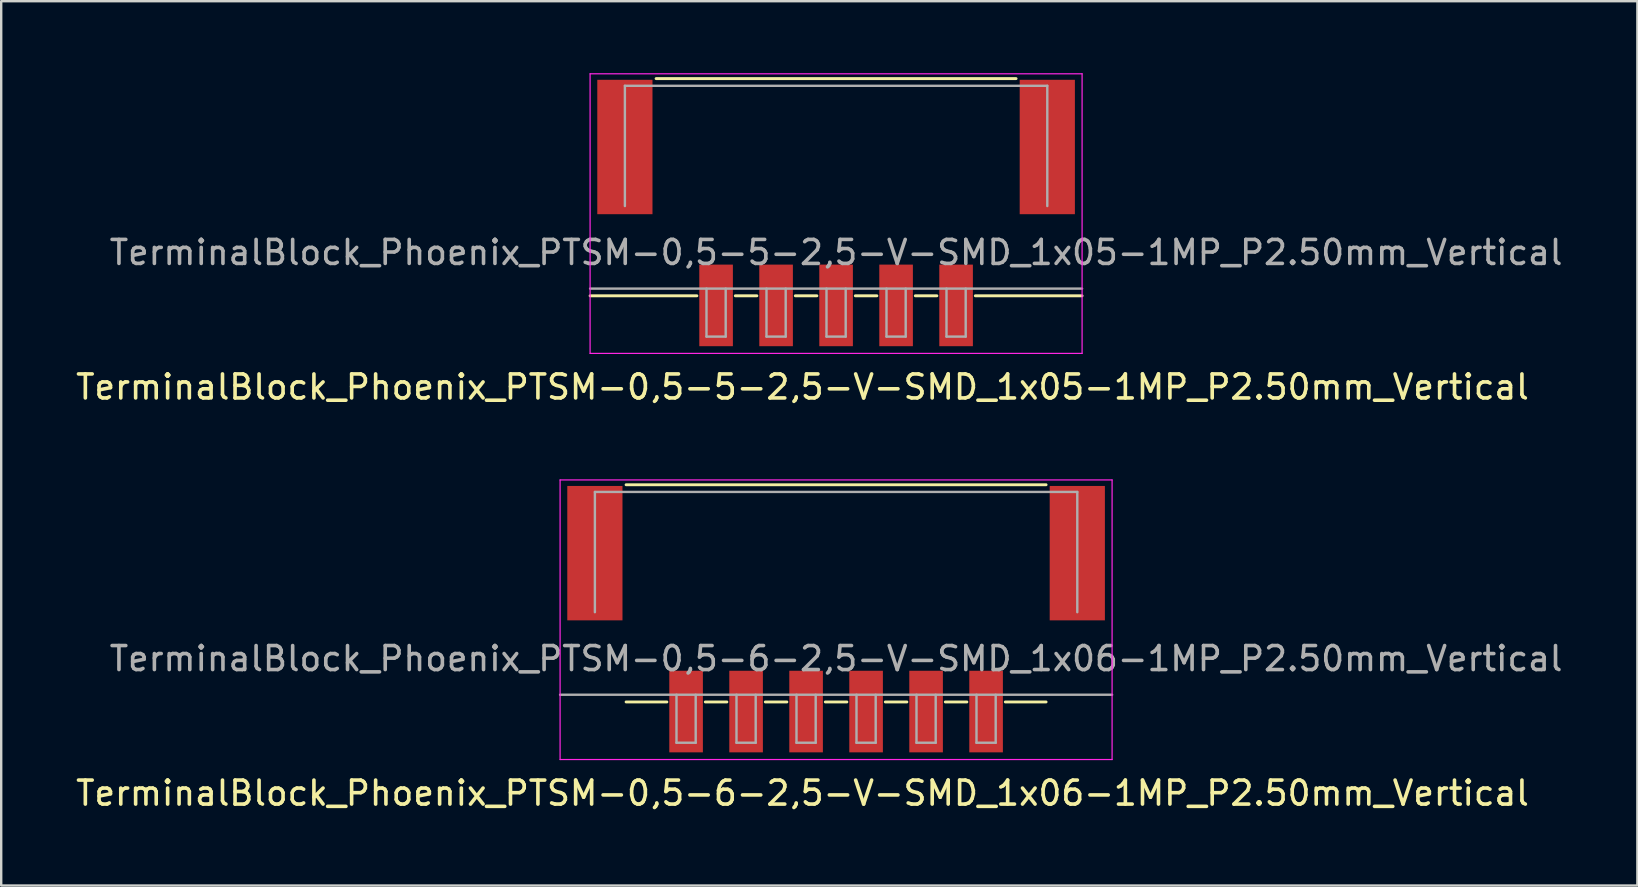
<source format=kicad_pcb>
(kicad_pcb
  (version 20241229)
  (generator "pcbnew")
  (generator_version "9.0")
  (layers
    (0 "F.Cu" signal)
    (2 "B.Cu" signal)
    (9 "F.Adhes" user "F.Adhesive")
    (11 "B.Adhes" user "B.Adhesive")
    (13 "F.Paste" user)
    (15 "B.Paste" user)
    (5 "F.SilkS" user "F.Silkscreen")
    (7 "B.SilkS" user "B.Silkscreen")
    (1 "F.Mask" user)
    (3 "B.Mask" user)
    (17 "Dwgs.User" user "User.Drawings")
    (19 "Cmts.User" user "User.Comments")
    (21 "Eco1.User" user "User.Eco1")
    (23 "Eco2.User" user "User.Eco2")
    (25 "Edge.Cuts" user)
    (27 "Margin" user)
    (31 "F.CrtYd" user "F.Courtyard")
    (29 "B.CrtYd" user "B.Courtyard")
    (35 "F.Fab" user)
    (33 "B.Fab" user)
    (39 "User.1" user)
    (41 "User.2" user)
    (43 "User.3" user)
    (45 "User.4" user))
  (footprint "TerminalBlock_Phoenix_PTSM-0,5-5-2,5-V-SMD_1x05-1MP_P2.50mm_Vertical"
    (layer "F.Cu")
    (at 31.787 4.105)
    (property "Reference" "TerminalBlock_Phoenix_PTSM-0,5-5-2,5-V-SMD_1x05-1MP_P2.50mm_Vertical" (at -1.4 8.97 0) (layer "F.SilkS") (effects (font (size 1 1) (thickness 0.15))))
    (attr smd)
    (fp_line (start -7.5 -3.88) (end 7.5 -3.88) (stroke (width 0.12) (type solid)) (layer "F.SilkS"))
    (fp_line (start -5.8 5.17) (end -10.25 5.17) (stroke (width 0.12) (type solid)) (layer "F.SilkS"))
    (fp_line (start -3.3 5.17) (end -4.2 5.17) (stroke (width 0.12) (type solid)) (layer "F.SilkS"))
    (fp_line (start -0.8 5.17) (end -1.7 5.17) (stroke (width 0.12) (type solid)) (layer "F.SilkS"))
    (fp_line (start 1.7 5.17) (end 0.8 5.17) (stroke (width 0.12) (type solid)) (layer "F.SilkS"))
    (fp_line (start 4.2 5.17) (end 3.3 5.17) (stroke (width 0.12) (type solid)) (layer "F.SilkS"))
    (fp_line (start 10.25 5.17) (end 5.8 5.17) (stroke (width 0.12) (type solid)) (layer "F.SilkS"))
    (fp_line (start -10.25 -4.08) (end 10.25 -4.08) (stroke (width 0.05) (type solid)) (layer "F.CrtYd"))
    (fp_line (start -10.25 7.57) (end -10.25 -4.08) (stroke (width 0.05) (type solid)) (layer "F.CrtYd"))
    (fp_line (start 10.25 -4.08) (end 10.25 7.57) (stroke (width 0.05) (type solid)) (layer "F.CrtYd"))
    (fp_line (start 10.25 7.57) (end -10.25 7.57) (stroke (width 0.05) (type solid)) (layer "F.CrtYd"))
    (fp_line (start -8.8 -3.58) (end 8.8 -3.58) (stroke (width 0.1) (type solid)) (layer "F.Fab"))
    (fp_line (start -8.8 1.43) (end -8.8 -3.58) (stroke (width 0.1) (type solid)) (layer "F.Fab"))
    (fp_line (start -5.4 4.87) (end -5.4 6.87) (stroke (width 0.1) (type solid)) (layer "F.Fab"))
    (fp_line (start -5.4 6.87) (end -4.6 6.87) (stroke (width 0.1) (type solid)) (layer "F.Fab"))
    (fp_line (start -4.6 4.87) (end -4.6 6.87) (stroke (width 0.1) (type solid)) (layer "F.Fab"))
    (fp_line (start -2.9 4.87) (end -2.9 6.87) (stroke (width 0.1) (type solid)) (layer "F.Fab"))
    (fp_line (start -2.9 6.87) (end -2.1 6.87) (stroke (width 0.1) (type solid)) (layer "F.Fab"))
    (fp_line (start -2.1 4.87) (end -2.1 6.87) (stroke (width 0.1) (type solid)) (layer "F.Fab"))
    (fp_line (start -0.4 4.87) (end -0.4 6.87) (stroke (width 0.1) (type solid)) (layer "F.Fab"))
    (fp_line (start -0.4 6.87) (end 0.4 6.87) (stroke (width 0.1) (type solid)) (layer "F.Fab"))
    (fp_line (start 0.4 4.87) (end 0.4 6.87) (stroke (width 0.1) (type solid)) (layer "F.Fab"))
    (fp_line (start 2.1 4.87) (end 2.1 6.87) (stroke (width 0.1) (type solid)) (layer "F.Fab"))
    (fp_line (start 2.1 6.87) (end 2.9 6.87) (stroke (width 0.1) (type solid)) (layer "F.Fab"))
    (fp_line (start 2.9 4.87) (end 2.9 6.87) (stroke (width 0.1) (type solid)) (layer "F.Fab"))
    (fp_line (start 4.6 4.87) (end 4.6 6.87) (stroke (width 0.1) (type solid)) (layer "F.Fab"))
    (fp_line (start 4.6 6.87) (end 5.4 6.87) (stroke (width 0.1) (type solid)) (layer "F.Fab"))
    (fp_line (start 5.4 4.87) (end 5.4 6.87) (stroke (width 0.1) (type solid)) (layer "F.Fab"))
    (fp_line (start 8.8 1.43) (end 8.8 -3.58) (stroke (width 0.1) (type solid)) (layer "F.Fab"))
    (fp_line (start 10.25 4.87) (end -10.25 4.87) (stroke (width 0.1) (type solid)) (layer "F.Fab"))
    (fp_text user "${REFERENCE}" (at 0 3.365 0) (layer "F.Fab") (effects (font (size 1 1) (thickness 0.15))))
    (pad "1" smd rect (at -5 5.57 180) (size 1.4 3.4) (layers "F.Cu" "F.Mask" "F.Paste"))
    (pad "2" smd rect (at -2.5 5.57 180) (size 1.4 3.4) (layers "F.Cu" "F.Mask" "F.Paste"))
    (pad "3" smd rect (at 0 5.57 180) (size 1.4 3.4) (layers "F.Cu" "F.Mask" "F.Paste"))
    (pad "4" smd rect (at 2.5 5.57 180) (size 1.4 3.4) (layers "F.Cu" "F.Mask" "F.Paste"))
    (pad "5" smd rect (at 5 5.57 180) (size 1.4 3.4) (layers "F.Cu" "F.Mask" "F.Paste"))
    (pad "MP" smd rect (at -8.8 -1.03 180) (size 2.3 5.6) (layers "F.Cu" "F.Mask" "F.Paste"))
    (pad "MP" smd rect (at 8.8 -1.03 180) (size 2.3 5.6) (layers "F.Cu" "F.Mask" "F.Paste")))
  (footprint "TerminalBlock_Phoenix_PTSM-0,5-6-2,5-V-SMD_1x06-1MP_P2.50mm_Vertical"
    (layer "F.Cu")
    (at 31.787 21.028)
    (property "Reference" "TerminalBlock_Phoenix_PTSM-0,5-6-2,5-V-SMD_1x06-1MP_P2.50mm_Vertical" (at -1.4 8.97 0) (layer "F.SilkS") (effects (font (size 1 1) (thickness 0.15))))
    (attr smd)
    (fp_line (start -8.75 -3.88) (end 8.75 -3.88) (stroke (width 0.12) (type solid)) (layer "F.SilkS"))
    (fp_line (start -7.05 5.17) (end -8.75 5.17) (stroke (width 0.12) (type solid)) (layer "F.SilkS"))
    (fp_line (start -4.55 5.17) (end -5.45 5.17) (stroke (width 0.12) (type solid)) (layer "F.SilkS"))
    (fp_line (start -2.05 5.17) (end -2.95 5.17) (stroke (width 0.12) (type solid)) (layer "F.SilkS"))
    (fp_line (start 0.45 5.17) (end -0.45 5.17) (stroke (width 0.12) (type solid)) (layer "F.SilkS"))
    (fp_line (start 2.95 5.17) (end 2.05 5.17) (stroke (width 0.12) (type solid)) (layer "F.SilkS"))
    (fp_line (start 5.45 5.17) (end 4.55 5.17) (stroke (width 0.12) (type solid)) (layer "F.SilkS"))
    (fp_line (start 8.75 5.17) (end 7.05 5.17) (stroke (width 0.12) (type solid)) (layer "F.SilkS"))
    (fp_line (start -11.5 -4.08) (end 11.5 -4.08) (stroke (width 0.05) (type solid)) (layer "F.CrtYd"))
    (fp_line (start -11.5 7.57) (end -11.5 -4.08) (stroke (width 0.05) (type solid)) (layer "F.CrtYd"))
    (fp_line (start 11.5 -4.08) (end 11.5 7.57) (stroke (width 0.05) (type solid)) (layer "F.CrtYd"))
    (fp_line (start 11.5 7.57) (end -11.5 7.57) (stroke (width 0.05) (type solid)) (layer "F.CrtYd"))
    (fp_line (start -10.05 -3.58) (end 10.05 -3.58) (stroke (width 0.1) (type solid)) (layer "F.Fab"))
    (fp_line (start -10.05 1.43) (end -10.05 -3.58) (stroke (width 0.1) (type solid)) (layer "F.Fab"))
    (fp_line (start -6.65 4.87) (end -6.65 6.87) (stroke (width 0.1) (type solid)) (layer "F.Fab"))
    (fp_line (start -6.65 6.87) (end -5.85 6.87) (stroke (width 0.1) (type solid)) (layer "F.Fab"))
    (fp_line (start -5.85 4.87) (end -5.85 6.87) (stroke (width 0.1) (type solid)) (layer "F.Fab"))
    (fp_line (start -4.15 4.87) (end -4.15 6.87) (stroke (width 0.1) (type solid)) (layer "F.Fab"))
    (fp_line (start -4.15 6.87) (end -3.35 6.87) (stroke (width 0.1) (type solid)) (layer "F.Fab"))
    (fp_line (start -3.35 4.87) (end -3.35 6.87) (stroke (width 0.1) (type solid)) (layer "F.Fab"))
    (fp_line (start -1.65 4.87) (end -1.65 6.87) (stroke (width 0.1) (type solid)) (layer "F.Fab"))
    (fp_line (start -1.65 6.87) (end -0.85 6.87) (stroke (width 0.1) (type solid)) (layer "F.Fab"))
    (fp_line (start -0.85 4.87) (end -0.85 6.87) (stroke (width 0.1) (type solid)) (layer "F.Fab"))
    (fp_line (start 0.85 4.87) (end 0.85 6.87) (stroke (width 0.1) (type solid)) (layer "F.Fab"))
    (fp_line (start 0.85 6.87) (end 1.65 6.87) (stroke (width 0.1) (type solid)) (layer "F.Fab"))
    (fp_line (start 1.65 4.87) (end 1.65 6.87) (stroke (width 0.1) (type solid)) (layer "F.Fab"))
    (fp_line (start 3.35 4.87) (end 3.35 6.87) (stroke (width 0.1) (type solid)) (layer "F.Fab"))
    (fp_line (start 3.35 6.87) (end 4.15 6.87) (stroke (width 0.1) (type solid)) (layer "F.Fab"))
    (fp_line (start 4.15 4.87) (end 4.15 6.87) (stroke (width 0.1) (type solid)) (layer "F.Fab"))
    (fp_line (start 5.85 4.87) (end 5.85 6.87) (stroke (width 0.1) (type solid)) (layer "F.Fab"))
    (fp_line (start 5.85 6.87) (end 6.65 6.87) (stroke (width 0.1) (type solid)) (layer "F.Fab"))
    (fp_line (start 6.65 4.87) (end 6.65 6.87) (stroke (width 0.1) (type solid)) (layer "F.Fab"))
    (fp_line (start 10.05 1.43) (end 10.05 -3.58) (stroke (width 0.1) (type solid)) (layer "F.Fab"))
    (fp_line (start 11.5 4.87) (end -11.5 4.87) (stroke (width 0.1) (type solid)) (layer "F.Fab"))
    (fp_text user "${REFERENCE}" (at 0 3.365 0) (layer "F.Fab") (effects (font (size 1 1) (thickness 0.15))))
    (pad "1" smd rect (at -6.25 5.57 180) (size 1.4 3.4) (layers "F.Cu" "F.Mask" "F.Paste"))
    (pad "2" smd rect (at -3.75 5.57 180) (size 1.4 3.4) (layers "F.Cu" "F.Mask" "F.Paste"))
    (pad "3" smd rect (at -1.25 5.57 180) (size 1.4 3.4) (layers "F.Cu" "F.Mask" "F.Paste"))
    (pad "4" smd rect (at 1.25 5.57 180) (size 1.4 3.4) (layers "F.Cu" "F.Mask" "F.Paste"))
    (pad "5" smd rect (at 3.75 5.57 180) (size 1.4 3.4) (layers "F.Cu" "F.Mask" "F.Paste"))
    (pad "6" smd rect (at 6.25 5.57 180) (size 1.4 3.4) (layers "F.Cu" "F.Mask" "F.Paste"))
    (pad "MP" smd rect (at -10.05 -1.03 180) (size 2.3 5.6) (layers "F.Cu" "F.Mask" "F.Paste"))
    (pad "MP" smd rect (at 10.05 -1.03 180) (size 2.3 5.6) (layers "F.Cu" "F.Mask" "F.Paste")))
  (gr_rect
    (start -3 -3)
    (end 65.174 33.846)
    (stroke (width 0.1) (type default))
    (fill no)
    (layer "Edge.Cuts")))
</source>
